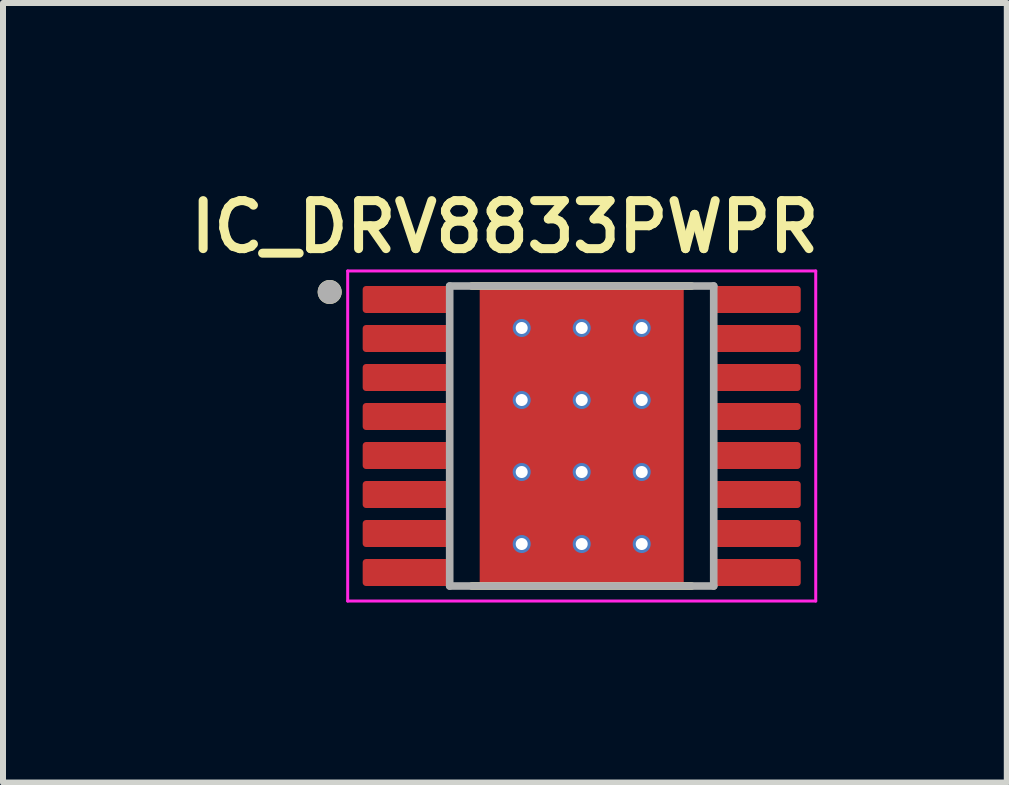
<source format=kicad_pcb>
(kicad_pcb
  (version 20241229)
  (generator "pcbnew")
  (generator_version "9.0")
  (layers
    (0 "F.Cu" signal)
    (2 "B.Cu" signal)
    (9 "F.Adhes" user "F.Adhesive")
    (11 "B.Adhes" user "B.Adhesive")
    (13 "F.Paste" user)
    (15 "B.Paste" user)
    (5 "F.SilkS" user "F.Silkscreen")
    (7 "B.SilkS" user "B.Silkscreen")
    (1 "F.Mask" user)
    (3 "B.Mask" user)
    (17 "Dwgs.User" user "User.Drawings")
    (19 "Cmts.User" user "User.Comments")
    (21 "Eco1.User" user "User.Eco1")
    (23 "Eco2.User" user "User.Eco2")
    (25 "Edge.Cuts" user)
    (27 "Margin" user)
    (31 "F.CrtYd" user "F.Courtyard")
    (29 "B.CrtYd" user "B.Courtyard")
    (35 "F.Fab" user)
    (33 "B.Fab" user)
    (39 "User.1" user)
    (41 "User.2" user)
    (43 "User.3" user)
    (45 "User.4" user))
  (footprint "IC_DRV8833PWPR"
    (layer "F.Cu")
    (at 6.644 4.216)
    (property "Reference" "IC_DRV8833PWPR" (at -1.28 -3.485 0) (layer "F.SilkS") (effects (font (size 0.8 0.8) (thickness 0.15))))
    (attr smd)
    (fp_poly (pts (xy -1.23 -1.155) (xy 1.23 -1.155) (xy 1.23 1.155) (xy -1.23 1.155)) (stroke (width 0.01) (type solid)) (fill yes) (layer "F.Mask"))
    (fp_line (start -1.83 -2.5) (end 1.83 -2.5) (stroke (width 0.127) (type solid)) (layer "F.SilkS"))
    (fp_line (start -1.83 2.5) (end 1.83 2.5) (stroke (width 0.127) (type solid)) (layer "F.SilkS"))
    (fp_circle (center -4.2 -2.4) (end -4.1 -2.4) (stroke (width 0.2) (type solid)) (fill no) (layer "F.SilkS"))
    (fp_poly (pts (xy -1.23 -1.155) (xy 1.23 -1.155) (xy 1.23 1.155) (xy -1.23 1.155)) (stroke (width 0.01) (type solid)) (fill yes) (layer "F.Paste"))
    (fp_line (start -3.9 -2.75) (end -3.9 2.75) (stroke (width 0.05) (type solid)) (layer "F.CrtYd"))
    (fp_line (start -3.9 -2.75) (end 3.9 -2.75) (stroke (width 0.05) (type solid)) (layer "F.CrtYd"))
    (fp_line (start -3.9 2.75) (end 3.9 2.75) (stroke (width 0.05) (type solid)) (layer "F.CrtYd"))
    (fp_line (start 3.9 -2.75) (end 3.9 2.75) (stroke (width 0.05) (type solid)) (layer "F.CrtYd"))
    (fp_line (start -2.2 -2.5) (end -2.2 2.5) (stroke (width 0.127) (type solid)) (layer "F.Fab"))
    (fp_line (start -2.2 -2.5) (end 2.2 -2.5) (stroke (width 0.127) (type solid)) (layer "F.Fab"))
    (fp_line (start -2.2 2.5) (end 2.2 2.5) (stroke (width 0.127) (type solid)) (layer "F.Fab"))
    (fp_line (start 2.2 -2.5) (end 2.2 2.5) (stroke (width 0.127) (type solid)) (layer "F.Fab"))
    (fp_circle (center -4.2 -2.4) (end -4.1 -2.4) (stroke (width 0.2) (type solid)) (fill no) (layer "F.Fab"))
    (pad "1" smd roundrect (at -2.9 -2.275) (size 1.5 0.45) (layers "F.Cu" "F.Mask" "F.Paste") (roundrect_rratio 0.125))
    (pad "2" smd roundrect (at -2.9 -1.625) (size 1.5 0.45) (layers "F.Cu" "F.Mask" "F.Paste") (roundrect_rratio 0.125))
    (pad "3" smd roundrect (at -2.9 -0.975) (size 1.5 0.45) (layers "F.Cu" "F.Mask" "F.Paste") (roundrect_rratio 0.125))
    (pad "4" smd roundrect (at -2.9 -0.325) (size 1.5 0.45) (layers "F.Cu" "F.Mask" "F.Paste") (roundrect_rratio 0.125))
    (pad "5" smd roundrect (at -2.9 0.325) (size 1.5 0.45) (layers "F.Cu" "F.Mask" "F.Paste") (roundrect_rratio 0.125))
    (pad "6" smd roundrect (at -2.9 0.975) (size 1.5 0.45) (layers "F.Cu" "F.Mask" "F.Paste") (roundrect_rratio 0.125))
    (pad "7" smd roundrect (at -2.9 1.625) (size 1.5 0.45) (layers "F.Cu" "F.Mask" "F.Paste") (roundrect_rratio 0.125))
    (pad "8" smd roundrect (at -2.9 2.275) (size 1.5 0.45) (layers "F.Cu" "F.Mask" "F.Paste") (roundrect_rratio 0.125))
    (pad "9" smd roundrect (at 2.9 2.275) (size 1.5 0.45) (layers "F.Cu" "F.Mask" "F.Paste") (roundrect_rratio 0.125))
    (pad "10" smd roundrect (at 2.9 1.625) (size 1.5 0.45) (layers "F.Cu" "F.Mask" "F.Paste") (roundrect_rratio 0.125))
    (pad "11" smd roundrect (at 2.9 0.975) (size 1.5 0.45) (layers "F.Cu" "F.Mask" "F.Paste") (roundrect_rratio 0.125))
    (pad "12" smd roundrect (at 2.9 0.325) (size 1.5 0.45) (layers "F.Cu" "F.Mask" "F.Paste") (roundrect_rratio 0.125))
    (pad "13" smd roundrect (at 2.9 -0.325) (size 1.5 0.45) (layers "F.Cu" "F.Mask" "F.Paste") (roundrect_rratio 0.125))
    (pad "14" smd roundrect (at 2.9 -0.975) (size 1.5 0.45) (layers "F.Cu" "F.Mask" "F.Paste") (roundrect_rratio 0.125))
    (pad "15" smd roundrect (at 2.9 -1.625) (size 1.5 0.45) (layers "F.Cu" "F.Mask" "F.Paste") (roundrect_rratio 0.125))
    (pad "16" smd roundrect (at 2.9 -2.275) (size 1.5 0.45) (layers "F.Cu" "F.Mask" "F.Paste") (roundrect_rratio 0.125))
    (pad "17" smd rect (at 0 0) (size 3.4 5) (layers "F.Cu"))
    (pad "18" thru_hole circle (at -1 -1.8) (size 0.3 0.3) (drill 0.2) (layers "*.Cu"))
    (pad "19" thru_hole circle (at 0 -1.8) (size 0.3 0.3) (drill 0.2) (layers "*.Cu"))
    (pad "20" thru_hole circle (at 1 -1.8) (size 0.3 0.3) (drill 0.2) (layers "*.Cu"))
    (pad "21" thru_hole circle (at -1 -0.6) (size 0.3 0.3) (drill 0.2) (layers "*.Cu"))
    (pad "22" thru_hole circle (at 0 -0.6) (size 0.3 0.3) (drill 0.2) (layers "*.Cu"))
    (pad "23" thru_hole circle (at 1 -0.6) (size 0.3 0.3) (drill 0.2) (layers "*.Cu"))
    (pad "24" thru_hole circle (at -1 0.6) (size 0.3 0.3) (drill 0.2) (layers "*.Cu"))
    (pad "25" thru_hole circle (at 0 0.6) (size 0.3 0.3) (drill 0.2) (layers "*.Cu"))
    (pad "26" thru_hole circle (at 1 0.6) (size 0.3 0.3) (drill 0.2) (layers "*.Cu"))
    (pad "27" thru_hole circle (at -1 1.8) (size 0.3 0.3) (drill 0.2) (layers "*.Cu"))
    (pad "28" thru_hole circle (at 0 1.8) (size 0.3 0.3) (drill 0.2) (layers "*.Cu"))
    (pad "29" thru_hole circle (at 1 1.8) (size 0.3 0.3) (drill 0.2) (layers "*.Cu")))
  (gr_rect
    (start -3 -3)
    (end 13.728 9.991)
    (stroke (width 0.1) (type default))
    (fill no)
    (layer "Edge.Cuts")))
</source>
